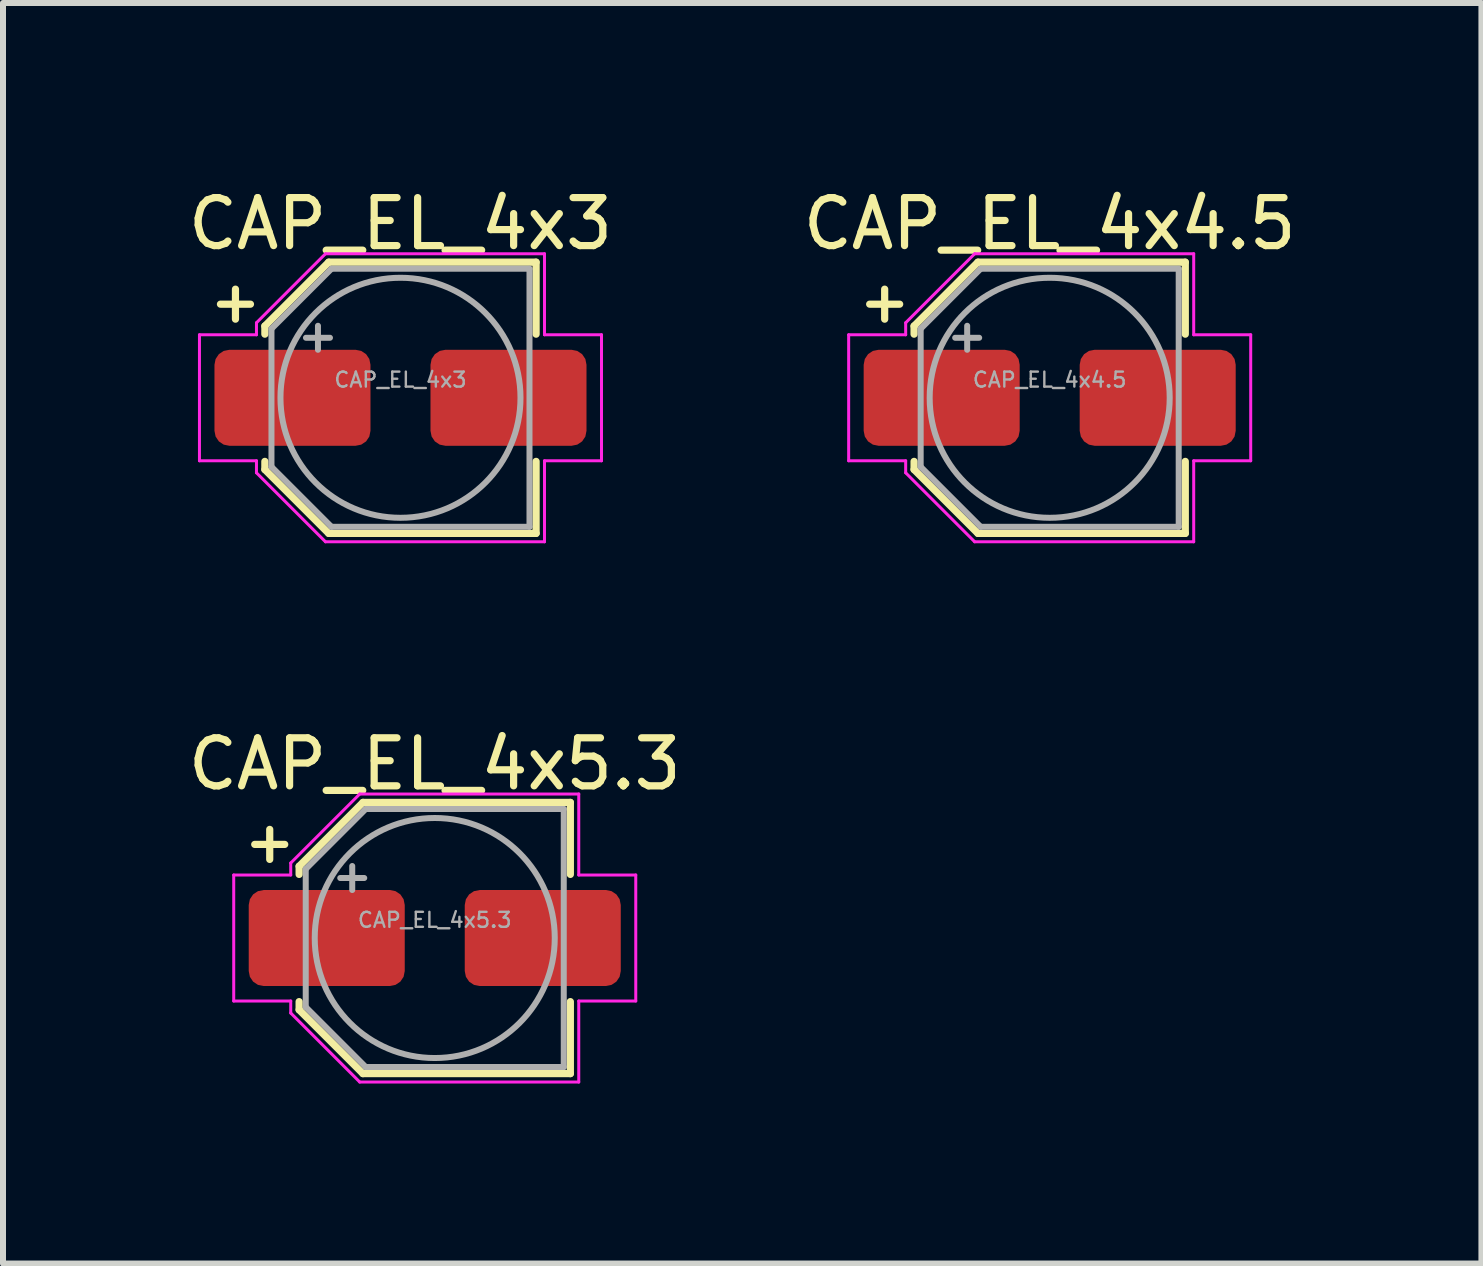
<source format=kicad_pcb>
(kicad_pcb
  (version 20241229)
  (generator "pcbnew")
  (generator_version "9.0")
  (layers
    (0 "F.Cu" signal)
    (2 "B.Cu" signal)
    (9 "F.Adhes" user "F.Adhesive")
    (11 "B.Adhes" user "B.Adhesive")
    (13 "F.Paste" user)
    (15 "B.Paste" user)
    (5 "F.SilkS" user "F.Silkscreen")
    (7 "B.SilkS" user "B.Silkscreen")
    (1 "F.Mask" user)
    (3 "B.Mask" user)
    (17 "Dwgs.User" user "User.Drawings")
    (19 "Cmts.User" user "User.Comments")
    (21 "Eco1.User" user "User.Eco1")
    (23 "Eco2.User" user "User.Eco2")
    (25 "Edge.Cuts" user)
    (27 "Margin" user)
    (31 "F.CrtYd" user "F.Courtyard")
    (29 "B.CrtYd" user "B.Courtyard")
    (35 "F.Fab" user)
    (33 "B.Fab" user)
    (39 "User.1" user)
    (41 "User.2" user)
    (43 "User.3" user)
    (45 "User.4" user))
  (footprint "CAP_EL_4x4.5"
    (layer "F.Cu")
    (at 14.443 3.579)
    (property "Reference" "CAP_EL_4x4.5" (at 0 -2.9 0) (layer "F.SilkS") (effects (font (size 0.8 0.8) (thickness 0.12))))
    (attr smd)
    (fp_line (start -3 -1.56) (end -2.5 -1.56) (stroke (width 0.12) (type solid)) (layer "F.SilkS"))
    (fp_line (start -2.75 -1.81) (end -2.75 -1.31) (stroke (width 0.12) (type solid)) (layer "F.SilkS"))
    (fp_line (start -2.26 -1.196) (end -2.26 -1.06) (stroke (width 0.12) (type solid)) (layer "F.SilkS"))
    (fp_line (start -2.26 -1.196) (end -1.196 -2.26) (stroke (width 0.12) (type solid)) (layer "F.SilkS"))
    (fp_line (start -2.26 1.196) (end -2.26 1.06) (stroke (width 0.12) (type solid)) (layer "F.SilkS"))
    (fp_line (start -2.26 1.196) (end -1.196 2.26) (stroke (width 0.12) (type solid)) (layer "F.SilkS"))
    (fp_line (start -1.196 -2.26) (end 2.26 -2.26) (stroke (width 0.12) (type solid)) (layer "F.SilkS"))
    (fp_line (start -1.196 2.26) (end 2.26 2.26) (stroke (width 0.12) (type solid)) (layer "F.SilkS"))
    (fp_line (start 2.26 -2.26) (end 2.26 -1.06) (stroke (width 0.12) (type solid)) (layer "F.SilkS"))
    (fp_line (start 2.26 2.26) (end 2.26 1.06) (stroke (width 0.12) (type solid)) (layer "F.SilkS"))
    (fp_line (start -3.35 -1.05) (end -3.35 1.05) (stroke (width 0.05) (type solid)) (layer "F.CrtYd"))
    (fp_line (start -3.35 1.05) (end -2.4 1.05) (stroke (width 0.05) (type solid)) (layer "F.CrtYd"))
    (fp_line (start -2.4 -1.25) (end -2.4 -1.05) (stroke (width 0.05) (type solid)) (layer "F.CrtYd"))
    (fp_line (start -2.4 -1.25) (end -1.25 -2.4) (stroke (width 0.05) (type solid)) (layer "F.CrtYd"))
    (fp_line (start -2.4 -1.05) (end -3.35 -1.05) (stroke (width 0.05) (type solid)) (layer "F.CrtYd"))
    (fp_line (start -2.4 1.05) (end -2.4 1.25) (stroke (width 0.05) (type solid)) (layer "F.CrtYd"))
    (fp_line (start -2.4 1.25) (end -1.25 2.4) (stroke (width 0.05) (type solid)) (layer "F.CrtYd"))
    (fp_line (start -1.25 -2.4) (end 2.4 -2.4) (stroke (width 0.05) (type solid)) (layer "F.CrtYd"))
    (fp_line (start -1.25 2.4) (end 2.4 2.4) (stroke (width 0.05) (type solid)) (layer "F.CrtYd"))
    (fp_line (start 2.4 -2.4) (end 2.4 -1.05) (stroke (width 0.05) (type solid)) (layer "F.CrtYd"))
    (fp_line (start 2.4 -1.05) (end 3.35 -1.05) (stroke (width 0.05) (type solid)) (layer "F.CrtYd"))
    (fp_line (start 2.4 1.05) (end 2.4 2.4) (stroke (width 0.05) (type solid)) (layer "F.CrtYd"))
    (fp_line (start 3.35 -1.05) (end 3.35 1.05) (stroke (width 0.05) (type solid)) (layer "F.CrtYd"))
    (fp_line (start 3.35 1.05) (end 2.4 1.05) (stroke (width 0.05) (type solid)) (layer "F.CrtYd"))
    (fp_line (start -2.15 -1.15) (end -2.15 1.15) (stroke (width 0.1) (type solid)) (layer "F.Fab"))
    (fp_line (start -2.15 -1.15) (end -1.15 -2.15) (stroke (width 0.1) (type solid)) (layer "F.Fab"))
    (fp_line (start -2.15 1.15) (end -1.15 2.15) (stroke (width 0.1) (type solid)) (layer "F.Fab"))
    (fp_line (start -1.575 -1) (end -1.175 -1) (stroke (width 0.1) (type solid)) (layer "F.Fab"))
    (fp_line (start -1.375 -1.2) (end -1.375 -0.8) (stroke (width 0.1) (type solid)) (layer "F.Fab"))
    (fp_line (start -1.15 -2.15) (end 2.15 -2.15) (stroke (width 0.1) (type solid)) (layer "F.Fab"))
    (fp_line (start -1.15 2.15) (end 2.15 2.15) (stroke (width 0.1) (type solid)) (layer "F.Fab"))
    (fp_line (start 2.15 -2.15) (end 2.15 2.15) (stroke (width 0.1) (type solid)) (layer "F.Fab"))
    (fp_circle (center 0 0) (end 2 0) (stroke (width 0.1) (type solid)) (fill no) (layer "F.Fab"))
    (fp_text user "${REFERENCE}" (at 0 -0.3 0) (layer "F.Fab") (effects (font (size 0.25 0.25) (thickness 0.04))))
    (pad "1" smd roundrect (at -1.8 0) (size 2.6 1.6) (layers "F.Cu" "F.Mask" "F.Paste") (roundrect_rratio 0.156))
    (pad "2" smd roundrect (at 1.8 0) (size 2.6 1.6) (layers "F.Cu" "F.Mask" "F.Paste") (roundrect_rratio 0.156)))
  (footprint "CAP_EL_4x5.3"
    (layer "F.Cu")
    (at 4.195 12.582)
    (property "Reference" "CAP_EL_4x5.3" (at 0 -2.9 0) (layer "F.SilkS") (effects (font (size 0.8 0.8) (thickness 0.12))))
    (attr smd)
    (fp_line (start -3 -1.56) (end -2.5 -1.56) (stroke (width 0.12) (type solid)) (layer "F.SilkS"))
    (fp_line (start -2.75 -1.81) (end -2.75 -1.31) (stroke (width 0.12) (type solid)) (layer "F.SilkS"))
    (fp_line (start -2.26 -1.196) (end -2.26 -1.06) (stroke (width 0.12) (type solid)) (layer "F.SilkS"))
    (fp_line (start -2.26 -1.196) (end -1.196 -2.26) (stroke (width 0.12) (type solid)) (layer "F.SilkS"))
    (fp_line (start -2.26 1.196) (end -2.26 1.06) (stroke (width 0.12) (type solid)) (layer "F.SilkS"))
    (fp_line (start -2.26 1.196) (end -1.196 2.26) (stroke (width 0.12) (type solid)) (layer "F.SilkS"))
    (fp_line (start -1.196 -2.26) (end 2.26 -2.26) (stroke (width 0.12) (type solid)) (layer "F.SilkS"))
    (fp_line (start -1.196 2.26) (end 2.26 2.26) (stroke (width 0.12) (type solid)) (layer "F.SilkS"))
    (fp_line (start 2.26 -2.26) (end 2.26 -1.06) (stroke (width 0.12) (type solid)) (layer "F.SilkS"))
    (fp_line (start 2.26 2.26) (end 2.26 1.06) (stroke (width 0.12) (type solid)) (layer "F.SilkS"))
    (fp_line (start -3.35 -1.05) (end -3.35 1.05) (stroke (width 0.05) (type solid)) (layer "F.CrtYd"))
    (fp_line (start -3.35 1.05) (end -2.4 1.05) (stroke (width 0.05) (type solid)) (layer "F.CrtYd"))
    (fp_line (start -2.4 -1.25) (end -2.4 -1.05) (stroke (width 0.05) (type solid)) (layer "F.CrtYd"))
    (fp_line (start -2.4 -1.25) (end -1.25 -2.4) (stroke (width 0.05) (type solid)) (layer "F.CrtYd"))
    (fp_line (start -2.4 -1.05) (end -3.35 -1.05) (stroke (width 0.05) (type solid)) (layer "F.CrtYd"))
    (fp_line (start -2.4 1.05) (end -2.4 1.25) (stroke (width 0.05) (type solid)) (layer "F.CrtYd"))
    (fp_line (start -2.4 1.25) (end -1.25 2.4) (stroke (width 0.05) (type solid)) (layer "F.CrtYd"))
    (fp_line (start -1.25 -2.4) (end 2.4 -2.4) (stroke (width 0.05) (type solid)) (layer "F.CrtYd"))
    (fp_line (start -1.25 2.4) (end 2.4 2.4) (stroke (width 0.05) (type solid)) (layer "F.CrtYd"))
    (fp_line (start 2.4 -2.4) (end 2.4 -1.05) (stroke (width 0.05) (type solid)) (layer "F.CrtYd"))
    (fp_line (start 2.4 -1.05) (end 3.35 -1.05) (stroke (width 0.05) (type solid)) (layer "F.CrtYd"))
    (fp_line (start 2.4 1.05) (end 2.4 2.4) (stroke (width 0.05) (type solid)) (layer "F.CrtYd"))
    (fp_line (start 3.35 -1.05) (end 3.35 1.05) (stroke (width 0.05) (type solid)) (layer "F.CrtYd"))
    (fp_line (start 3.35 1.05) (end 2.4 1.05) (stroke (width 0.05) (type solid)) (layer "F.CrtYd"))
    (fp_line (start -2.15 -1.15) (end -2.15 1.15) (stroke (width 0.1) (type solid)) (layer "F.Fab"))
    (fp_line (start -2.15 -1.15) (end -1.15 -2.15) (stroke (width 0.1) (type solid)) (layer "F.Fab"))
    (fp_line (start -2.15 1.15) (end -1.15 2.15) (stroke (width 0.1) (type solid)) (layer "F.Fab"))
    (fp_line (start -1.575 -1) (end -1.175 -1) (stroke (width 0.1) (type solid)) (layer "F.Fab"))
    (fp_line (start -1.375 -1.2) (end -1.375 -0.8) (stroke (width 0.1) (type solid)) (layer "F.Fab"))
    (fp_line (start -1.15 -2.15) (end 2.15 -2.15) (stroke (width 0.1) (type solid)) (layer "F.Fab"))
    (fp_line (start -1.15 2.15) (end 2.15 2.15) (stroke (width 0.1) (type solid)) (layer "F.Fab"))
    (fp_line (start 2.15 -2.15) (end 2.15 2.15) (stroke (width 0.1) (type solid)) (layer "F.Fab"))
    (fp_circle (center 0 0) (end 2 0) (stroke (width 0.1) (type solid)) (fill no) (layer "F.Fab"))
    (fp_text user "${REFERENCE}" (at 0 -0.3 0) (layer "F.Fab") (effects (font (size 0.25 0.25) (thickness 0.04))))
    (pad "1" smd roundrect (at -1.8 0) (size 2.6 1.6) (layers "F.Cu" "F.Mask" "F.Paste") (roundrect_rratio 0.156))
    (pad "2" smd roundrect (at 1.8 0) (size 2.6 1.6) (layers "F.Cu" "F.Mask" "F.Paste") (roundrect_rratio 0.156)))
  (footprint "CAP_EL_4x3"
    (layer "F.Cu")
    (at 3.624 3.579)
    (property "Reference" "CAP_EL_4x3" (at 0 -2.9 0) (layer "F.SilkS") (effects (font (size 0.8 0.8) (thickness 0.12))))
    (attr smd)
    (fp_line (start -3 -1.56) (end -2.5 -1.56) (stroke (width 0.12) (type solid)) (layer "F.SilkS"))
    (fp_line (start -2.75 -1.81) (end -2.75 -1.31) (stroke (width 0.12) (type solid)) (layer "F.SilkS"))
    (fp_line (start -2.26 -1.196) (end -2.26 -1.06) (stroke (width 0.12) (type solid)) (layer "F.SilkS"))
    (fp_line (start -2.26 -1.196) (end -1.196 -2.26) (stroke (width 0.12) (type solid)) (layer "F.SilkS"))
    (fp_line (start -2.26 1.196) (end -2.26 1.06) (stroke (width 0.12) (type solid)) (layer "F.SilkS"))
    (fp_line (start -2.26 1.196) (end -1.196 2.26) (stroke (width 0.12) (type solid)) (layer "F.SilkS"))
    (fp_line (start -1.196 -2.26) (end 2.26 -2.26) (stroke (width 0.12) (type solid)) (layer "F.SilkS"))
    (fp_line (start -1.196 2.26) (end 2.26 2.26) (stroke (width 0.12) (type solid)) (layer "F.SilkS"))
    (fp_line (start 2.26 -2.26) (end 2.26 -1.06) (stroke (width 0.12) (type solid)) (layer "F.SilkS"))
    (fp_line (start 2.26 2.26) (end 2.26 1.06) (stroke (width 0.12) (type solid)) (layer "F.SilkS"))
    (fp_line (start -3.35 -1.05) (end -3.35 1.05) (stroke (width 0.05) (type solid)) (layer "F.CrtYd"))
    (fp_line (start -3.35 1.05) (end -2.4 1.05) (stroke (width 0.05) (type solid)) (layer "F.CrtYd"))
    (fp_line (start -2.4 -1.25) (end -2.4 -1.05) (stroke (width 0.05) (type solid)) (layer "F.CrtYd"))
    (fp_line (start -2.4 -1.25) (end -1.25 -2.4) (stroke (width 0.05) (type solid)) (layer "F.CrtYd"))
    (fp_line (start -2.4 -1.05) (end -3.35 -1.05) (stroke (width 0.05) (type solid)) (layer "F.CrtYd"))
    (fp_line (start -2.4 1.05) (end -2.4 1.25) (stroke (width 0.05) (type solid)) (layer "F.CrtYd"))
    (fp_line (start -2.4 1.25) (end -1.25 2.4) (stroke (width 0.05) (type solid)) (layer "F.CrtYd"))
    (fp_line (start -1.25 -2.4) (end 2.4 -2.4) (stroke (width 0.05) (type solid)) (layer "F.CrtYd"))
    (fp_line (start -1.25 2.4) (end 2.4 2.4) (stroke (width 0.05) (type solid)) (layer "F.CrtYd"))
    (fp_line (start 2.4 -2.4) (end 2.4 -1.05) (stroke (width 0.05) (type solid)) (layer "F.CrtYd"))
    (fp_line (start 2.4 -1.05) (end 3.35 -1.05) (stroke (width 0.05) (type solid)) (layer "F.CrtYd"))
    (fp_line (start 2.4 1.05) (end 2.4 2.4) (stroke (width 0.05) (type solid)) (layer "F.CrtYd"))
    (fp_line (start 3.35 -1.05) (end 3.35 1.05) (stroke (width 0.05) (type solid)) (layer "F.CrtYd"))
    (fp_line (start 3.35 1.05) (end 2.4 1.05) (stroke (width 0.05) (type solid)) (layer "F.CrtYd"))
    (fp_line (start -2.15 -1.15) (end -2.15 1.15) (stroke (width 0.1) (type solid)) (layer "F.Fab"))
    (fp_line (start -2.15 -1.15) (end -1.15 -2.15) (stroke (width 0.1) (type solid)) (layer "F.Fab"))
    (fp_line (start -2.15 1.15) (end -1.15 2.15) (stroke (width 0.1) (type solid)) (layer "F.Fab"))
    (fp_line (start -1.575 -1) (end -1.175 -1) (stroke (width 0.1) (type solid)) (layer "F.Fab"))
    (fp_line (start -1.375 -1.2) (end -1.375 -0.8) (stroke (width 0.1) (type solid)) (layer "F.Fab"))
    (fp_line (start -1.15 -2.15) (end 2.15 -2.15) (stroke (width 0.1) (type solid)) (layer "F.Fab"))
    (fp_line (start -1.15 2.15) (end 2.15 2.15) (stroke (width 0.1) (type solid)) (layer "F.Fab"))
    (fp_line (start 2.15 -2.15) (end 2.15 2.15) (stroke (width 0.1) (type solid)) (layer "F.Fab"))
    (fp_circle (center 0 0) (end 2 0) (stroke (width 0.1) (type solid)) (fill no) (layer "F.Fab"))
    (fp_text user "${REFERENCE}" (at 0 -0.3 0) (layer "F.Fab") (effects (font (size 0.25 0.25) (thickness 0.04))))
    (pad "1" smd roundrect (at -1.8 0) (size 2.6 1.6) (layers "F.Cu" "F.Mask" "F.Paste") (roundrect_rratio 0.156))
    (pad "2" smd roundrect (at 1.8 0) (size 2.6 1.6) (layers "F.Cu" "F.Mask" "F.Paste") (roundrect_rratio 0.156)))
  (gr_rect
    (start -3 -3)
    (end 21.638 18.007)
    (stroke (width 0.1) (type default))
    (fill no)
    (layer "Edge.Cuts")))
</source>
